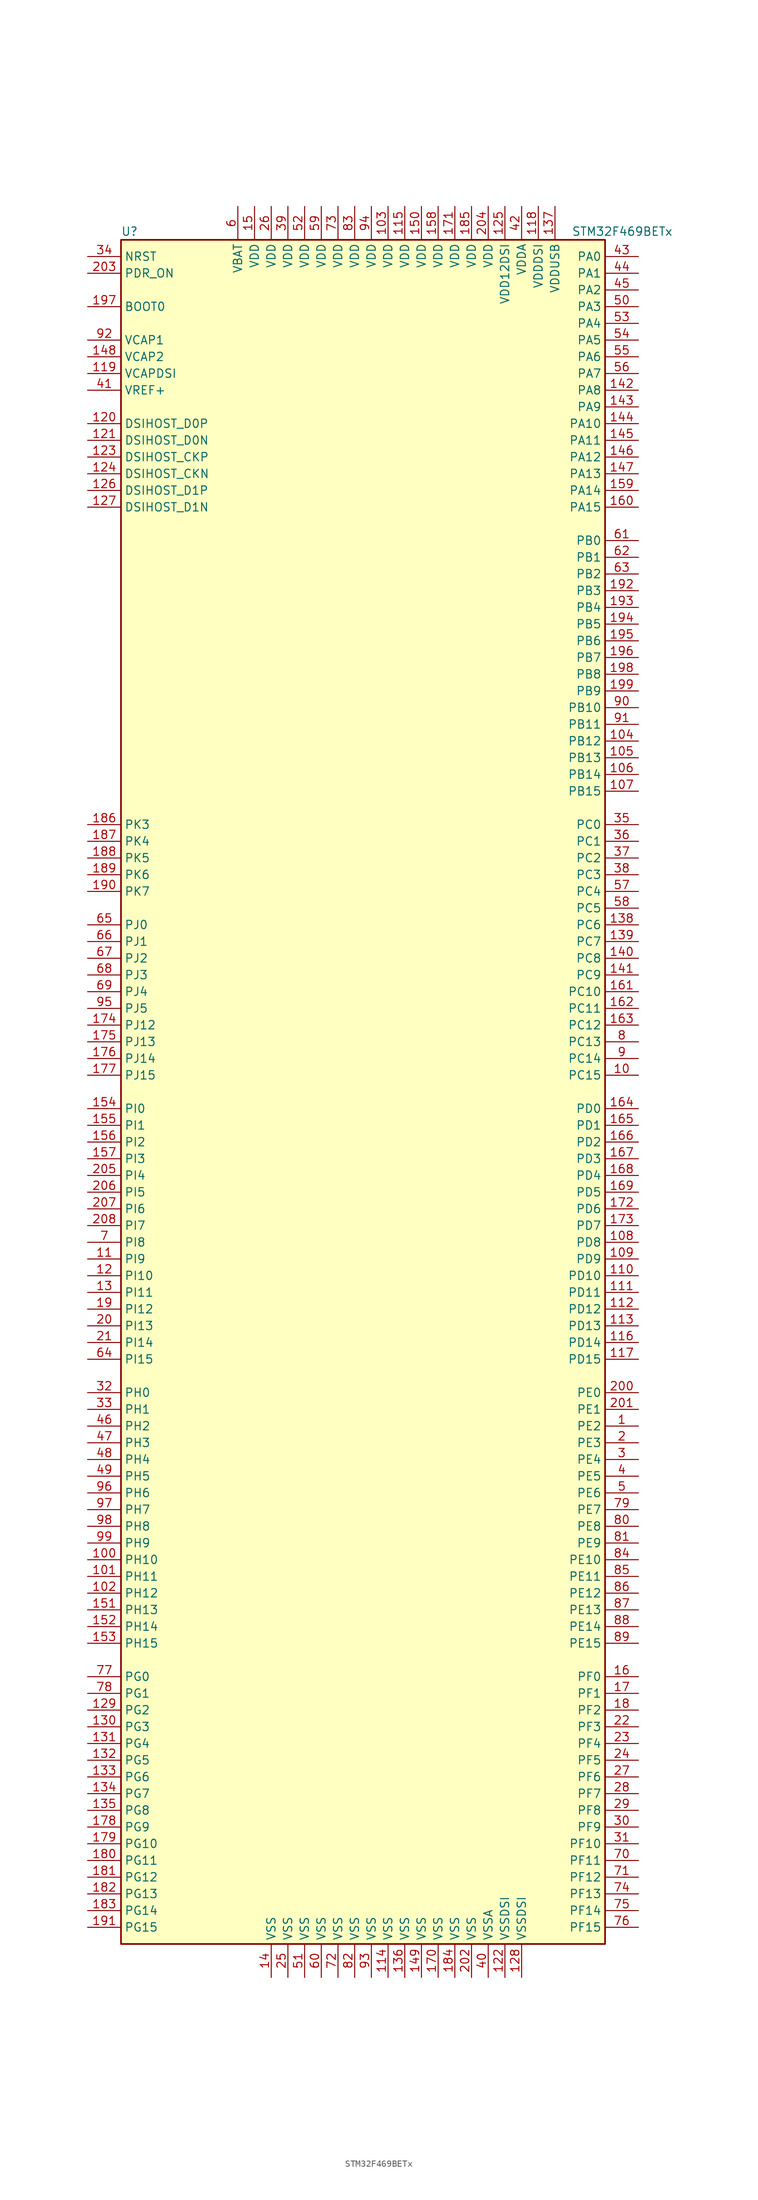
<source format=kicad_sym>
(kicad_symbol_lib
  (version 20201005)
  (generator kicad_symbol_editor)
  (symbol "MCU_ST_STM32F4:STM32F469BETx"
    (property "Reference" "U"
      (at -38.1 130.81 0)
      (effects (font (size 1.27 1.27)) (justify left)))
    (property "Value" "STM32F469BETx"
      (at 30.48 130.81 0)
      (effects (font (size 1.27 1.27)) (justify left)))
    (symbol "STM32F469BETx_0_1"
      (rectangle (start -38.1 -129.54) (end 35.56 129.54) (stroke (width 0.254)) (fill (type background))))
    (symbol "STM32F469BETx_1_1"
      (pin input line (at -43.18 119.38 0) (length 5.08) (name "BOOT0" (effects (font (size 1.27 1.27)))) (number "197" (effects (font (size 1.27 1.27)))))
      (pin bidirectional line (at -43.18 93.98 0) (length 5.08) (name "DSIHOST_CKN" (effects (font (size 1.27 1.27)))) (number "124" (effects (font (size 1.27 1.27)))))
      (pin bidirectional line (at -43.18 96.52 0) (length 5.08) (name "DSIHOST_CKP" (effects (font (size 1.27 1.27)))) (number "123" (effects (font (size 1.27 1.27)))))
      (pin bidirectional line (at -43.18 99.06 0) (length 5.08) (name "DSIHOST_D0N" (effects (font (size 1.27 1.27)))) (number "121" (effects (font (size 1.27 1.27)))))
      (pin bidirectional line (at -43.18 101.6 0) (length 5.08) (name "DSIHOST_D0P" (effects (font (size 1.27 1.27)))) (number "120" (effects (font (size 1.27 1.27)))))
      (pin bidirectional line (at -43.18 88.9 0) (length 5.08) (name "DSIHOST_D1N" (effects (font (size 1.27 1.27)))) (number "127" (effects (font (size 1.27 1.27)))))
      (pin bidirectional line (at -43.18 91.44 0) (length 5.08) (name "DSIHOST_D1P" (effects (font (size 1.27 1.27)))) (number "126" (effects (font (size 1.27 1.27)))))
      (pin input line (at -43.18 127 0) (length 5.08) (name "NRST" (effects (font (size 1.27 1.27)))) (number "34" (effects (font (size 1.27 1.27)))))
      (pin bidirectional line (at 40.64 127 180) (length 5.08) (name "PA0" (effects (font (size 1.27 1.27)))) (number "43" (effects (font (size 1.27 1.27)))))
      (pin bidirectional line (at 40.64 124.46 180) (length 5.08) (name "PA1" (effects (font (size 1.27 1.27)))) (number "44" (effects (font (size 1.27 1.27)))))
      (pin bidirectional line (at 40.64 101.6 180) (length 5.08) (name "PA10" (effects (font (size 1.27 1.27)))) (number "144" (effects (font (size 1.27 1.27)))))
      (pin bidirectional line (at 40.64 99.06 180) (length 5.08) (name "PA11" (effects (font (size 1.27 1.27)))) (number "145" (effects (font (size 1.27 1.27)))))
      (pin bidirectional line (at 40.64 96.52 180) (length 5.08) (name "PA12" (effects (font (size 1.27 1.27)))) (number "146" (effects (font (size 1.27 1.27)))))
      (pin bidirectional line (at 40.64 93.98 180) (length 5.08) (name "PA13" (effects (font (size 1.27 1.27)))) (number "147" (effects (font (size 1.27 1.27)))))
      (pin bidirectional line (at 40.64 91.44 180) (length 5.08) (name "PA14" (effects (font (size 1.27 1.27)))) (number "159" (effects (font (size 1.27 1.27)))))
      (pin bidirectional line (at 40.64 88.9 180) (length 5.08) (name "PA15" (effects (font (size 1.27 1.27)))) (number "160" (effects (font (size 1.27 1.27)))))
      (pin bidirectional line (at 40.64 121.92 180) (length 5.08) (name "PA2" (effects (font (size 1.27 1.27)))) (number "45" (effects (font (size 1.27 1.27)))))
      (pin bidirectional line (at 40.64 119.38 180) (length 5.08) (name "PA3" (effects (font (size 1.27 1.27)))) (number "50" (effects (font (size 1.27 1.27)))))
      (pin bidirectional line (at 40.64 116.84 180) (length 5.08) (name "PA4" (effects (font (size 1.27 1.27)))) (number "53" (effects (font (size 1.27 1.27)))))
      (pin bidirectional line (at 40.64 114.3 180) (length 5.08) (name "PA5" (effects (font (size 1.27 1.27)))) (number "54" (effects (font (size 1.27 1.27)))))
      (pin bidirectional line (at 40.64 111.76 180) (length 5.08) (name "PA6" (effects (font (size 1.27 1.27)))) (number "55" (effects (font (size 1.27 1.27)))))
      (pin bidirectional line (at 40.64 109.22 180) (length 5.08) (name "PA7" (effects (font (size 1.27 1.27)))) (number "56" (effects (font (size 1.27 1.27)))))
      (pin bidirectional line (at 40.64 106.68 180) (length 5.08) (name "PA8" (effects (font (size 1.27 1.27)))) (number "142" (effects (font (size 1.27 1.27)))))
      (pin bidirectional line (at 40.64 104.14 180) (length 5.08) (name "PA9" (effects (font (size 1.27 1.27)))) (number "143" (effects (font (size 1.27 1.27)))))
      (pin bidirectional line (at 40.64 83.82 180) (length 5.08) (name "PB0" (effects (font (size 1.27 1.27)))) (number "61" (effects (font (size 1.27 1.27)))))
      (pin bidirectional line (at 40.64 81.28 180) (length 5.08) (name "PB1" (effects (font (size 1.27 1.27)))) (number "62" (effects (font (size 1.27 1.27)))))
      (pin bidirectional line (at 40.64 58.42 180) (length 5.08) (name "PB10" (effects (font (size 1.27 1.27)))) (number "90" (effects (font (size 1.27 1.27)))))
      (pin bidirectional line (at 40.64 55.88 180) (length 5.08) (name "PB11" (effects (font (size 1.27 1.27)))) (number "91" (effects (font (size 1.27 1.27)))))
      (pin bidirectional line (at 40.64 53.34 180) (length 5.08) (name "PB12" (effects (font (size 1.27 1.27)))) (number "104" (effects (font (size 1.27 1.27)))))
      (pin bidirectional line (at 40.64 50.8 180) (length 5.08) (name "PB13" (effects (font (size 1.27 1.27)))) (number "105" (effects (font (size 1.27 1.27)))))
      (pin bidirectional line (at 40.64 48.26 180) (length 5.08) (name "PB14" (effects (font (size 1.27 1.27)))) (number "106" (effects (font (size 1.27 1.27)))))
      (pin bidirectional line (at 40.64 45.72 180) (length 5.08) (name "PB15" (effects (font (size 1.27 1.27)))) (number "107" (effects (font (size 1.27 1.27)))))
      (pin bidirectional line (at 40.64 78.74 180) (length 5.08) (name "PB2" (effects (font (size 1.27 1.27)))) (number "63" (effects (font (size 1.27 1.27)))))
      (pin bidirectional line (at 40.64 76.2 180) (length 5.08) (name "PB3" (effects (font (size 1.27 1.27)))) (number "192" (effects (font (size 1.27 1.27)))))
      (pin bidirectional line (at 40.64 73.66 180) (length 5.08) (name "PB4" (effects (font (size 1.27 1.27)))) (number "193" (effects (font (size 1.27 1.27)))))
      (pin bidirectional line (at 40.64 71.12 180) (length 5.08) (name "PB5" (effects (font (size 1.27 1.27)))) (number "194" (effects (font (size 1.27 1.27)))))
      (pin bidirectional line (at 40.64 68.58 180) (length 5.08) (name "PB6" (effects (font (size 1.27 1.27)))) (number "195" (effects (font (size 1.27 1.27)))))
      (pin bidirectional line (at 40.64 66.04 180) (length 5.08) (name "PB7" (effects (font (size 1.27 1.27)))) (number "196" (effects (font (size 1.27 1.27)))))
      (pin bidirectional line (at 40.64 63.5 180) (length 5.08) (name "PB8" (effects (font (size 1.27 1.27)))) (number "198" (effects (font (size 1.27 1.27)))))
      (pin bidirectional line (at 40.64 60.96 180) (length 5.08) (name "PB9" (effects (font (size 1.27 1.27)))) (number "199" (effects (font (size 1.27 1.27)))))
      (pin bidirectional line (at 40.64 40.64 180) (length 5.08) (name "PC0" (effects (font (size 1.27 1.27)))) (number "35" (effects (font (size 1.27 1.27)))))
      (pin bidirectional line (at 40.64 38.1 180) (length 5.08) (name "PC1" (effects (font (size 1.27 1.27)))) (number "36" (effects (font (size 1.27 1.27)))))
      (pin bidirectional line (at 40.64 15.24 180) (length 5.08) (name "PC10" (effects (font (size 1.27 1.27)))) (number "161" (effects (font (size 1.27 1.27)))))
      (pin bidirectional line (at 40.64 12.7 180) (length 5.08) (name "PC11" (effects (font (size 1.27 1.27)))) (number "162" (effects (font (size 1.27 1.27)))))
      (pin bidirectional line (at 40.64 10.16 180) (length 5.08) (name "PC12" (effects (font (size 1.27 1.27)))) (number "163" (effects (font (size 1.27 1.27)))))
      (pin bidirectional line (at 40.64 7.62 180) (length 5.08) (name "PC13" (effects (font (size 1.27 1.27)))) (number "8" (effects (font (size 1.27 1.27)))))
      (pin bidirectional line (at 40.64 5.08 180) (length 5.08) (name "PC14" (effects (font (size 1.27 1.27)))) (number "9" (effects (font (size 1.27 1.27)))))
      (pin bidirectional line (at 40.64 2.54 180) (length 5.08) (name "PC15" (effects (font (size 1.27 1.27)))) (number "10" (effects (font (size 1.27 1.27)))))
      (pin bidirectional line (at 40.64 35.56 180) (length 5.08) (name "PC2" (effects (font (size 1.27 1.27)))) (number "37" (effects (font (size 1.27 1.27)))))
      (pin bidirectional line (at 40.64 33.02 180) (length 5.08) (name "PC3" (effects (font (size 1.27 1.27)))) (number "38" (effects (font (size 1.27 1.27)))))
      (pin bidirectional line (at 40.64 30.48 180) (length 5.08) (name "PC4" (effects (font (size 1.27 1.27)))) (number "57" (effects (font (size 1.27 1.27)))))
      (pin bidirectional line (at 40.64 27.94 180) (length 5.08) (name "PC5" (effects (font (size 1.27 1.27)))) (number "58" (effects (font (size 1.27 1.27)))))
      (pin bidirectional line (at 40.64 25.4 180) (length 5.08) (name "PC6" (effects (font (size 1.27 1.27)))) (number "138" (effects (font (size 1.27 1.27)))))
      (pin bidirectional line (at 40.64 22.86 180) (length 5.08) (name "PC7" (effects (font (size 1.27 1.27)))) (number "139" (effects (font (size 1.27 1.27)))))
      (pin bidirectional line (at 40.64 20.32 180) (length 5.08) (name "PC8" (effects (font (size 1.27 1.27)))) (number "140" (effects (font (size 1.27 1.27)))))
      (pin bidirectional line (at 40.64 17.78 180) (length 5.08) (name "PC9" (effects (font (size 1.27 1.27)))) (number "141" (effects (font (size 1.27 1.27)))))
      (pin bidirectional line (at 40.64 -2.54 180) (length 5.08) (name "PD0" (effects (font (size 1.27 1.27)))) (number "164" (effects (font (size 1.27 1.27)))))
      (pin bidirectional line (at 40.64 -5.08 180) (length 5.08) (name "PD1" (effects (font (size 1.27 1.27)))) (number "165" (effects (font (size 1.27 1.27)))))
      (pin bidirectional line (at 40.64 -27.94 180) (length 5.08) (name "PD10" (effects (font (size 1.27 1.27)))) (number "110" (effects (font (size 1.27 1.27)))))
      (pin bidirectional line (at 40.64 -30.48 180) (length 5.08) (name "PD11" (effects (font (size 1.27 1.27)))) (number "111" (effects (font (size 1.27 1.27)))))
      (pin bidirectional line (at 40.64 -33.02 180) (length 5.08) (name "PD12" (effects (font (size 1.27 1.27)))) (number "112" (effects (font (size 1.27 1.27)))))
      (pin bidirectional line (at 40.64 -35.56 180) (length 5.08) (name "PD13" (effects (font (size 1.27 1.27)))) (number "113" (effects (font (size 1.27 1.27)))))
      (pin bidirectional line (at 40.64 -38.1 180) (length 5.08) (name "PD14" (effects (font (size 1.27 1.27)))) (number "116" (effects (font (size 1.27 1.27)))))
      (pin bidirectional line (at 40.64 -40.64 180) (length 5.08) (name "PD15" (effects (font (size 1.27 1.27)))) (number "117" (effects (font (size 1.27 1.27)))))
      (pin bidirectional line (at 40.64 -7.62 180) (length 5.08) (name "PD2" (effects (font (size 1.27 1.27)))) (number "166" (effects (font (size 1.27 1.27)))))
      (pin bidirectional line (at 40.64 -10.16 180) (length 5.08) (name "PD3" (effects (font (size 1.27 1.27)))) (number "167" (effects (font (size 1.27 1.27)))))
      (pin bidirectional line (at 40.64 -12.7 180) (length 5.08) (name "PD4" (effects (font (size 1.27 1.27)))) (number "168" (effects (font (size 1.27 1.27)))))
      (pin bidirectional line (at 40.64 -15.24 180) (length 5.08) (name "PD5" (effects (font (size 1.27 1.27)))) (number "169" (effects (font (size 1.27 1.27)))))
      (pin bidirectional line (at 40.64 -17.78 180) (length 5.08) (name "PD6" (effects (font (size 1.27 1.27)))) (number "172" (effects (font (size 1.27 1.27)))))
      (pin bidirectional line (at 40.64 -20.32 180) (length 5.08) (name "PD7" (effects (font (size 1.27 1.27)))) (number "173" (effects (font (size 1.27 1.27)))))
      (pin bidirectional line (at 40.64 -22.86 180) (length 5.08) (name "PD8" (effects (font (size 1.27 1.27)))) (number "108" (effects (font (size 1.27 1.27)))))
      (pin bidirectional line (at 40.64 -25.4 180) (length 5.08) (name "PD9" (effects (font (size 1.27 1.27)))) (number "109" (effects (font (size 1.27 1.27)))))
      (pin input line (at -43.18 124.46 0) (length 5.08) (name "PDR_ON" (effects (font (size 1.27 1.27)))) (number "203" (effects (font (size 1.27 1.27)))))
      (pin bidirectional line (at 40.64 -45.72 180) (length 5.08) (name "PE0" (effects (font (size 1.27 1.27)))) (number "200" (effects (font (size 1.27 1.27)))))
      (pin bidirectional line (at 40.64 -48.26 180) (length 5.08) (name "PE1" (effects (font (size 1.27 1.27)))) (number "201" (effects (font (size 1.27 1.27)))))
      (pin bidirectional line (at 40.64 -71.12 180) (length 5.08) (name "PE10" (effects (font (size 1.27 1.27)))) (number "84" (effects (font (size 1.27 1.27)))))
      (pin bidirectional line (at 40.64 -73.66 180) (length 5.08) (name "PE11" (effects (font (size 1.27 1.27)))) (number "85" (effects (font (size 1.27 1.27)))))
      (pin bidirectional line (at 40.64 -76.2 180) (length 5.08) (name "PE12" (effects (font (size 1.27 1.27)))) (number "86" (effects (font (size 1.27 1.27)))))
      (pin bidirectional line (at 40.64 -78.74 180) (length 5.08) (name "PE13" (effects (font (size 1.27 1.27)))) (number "87" (effects (font (size 1.27 1.27)))))
      (pin bidirectional line (at 40.64 -81.28 180) (length 5.08) (name "PE14" (effects (font (size 1.27 1.27)))) (number "88" (effects (font (size 1.27 1.27)))))
      (pin bidirectional line (at 40.64 -83.82 180) (length 5.08) (name "PE15" (effects (font (size 1.27 1.27)))) (number "89" (effects (font (size 1.27 1.27)))))
      (pin bidirectional line (at 40.64 -50.8 180) (length 5.08) (name "PE2" (effects (font (size 1.27 1.27)))) (number "1" (effects (font (size 1.27 1.27)))))
      (pin bidirectional line (at 40.64 -53.34 180) (length 5.08) (name "PE3" (effects (font (size 1.27 1.27)))) (number "2" (effects (font (size 1.27 1.27)))))
      (pin bidirectional line (at 40.64 -55.88 180) (length 5.08) (name "PE4" (effects (font (size 1.27 1.27)))) (number "3" (effects (font (size 1.27 1.27)))))
      (pin bidirectional line (at 40.64 -58.42 180) (length 5.08) (name "PE5" (effects (font (size 1.27 1.27)))) (number "4" (effects (font (size 1.27 1.27)))))
      (pin bidirectional line (at 40.64 -60.96 180) (length 5.08) (name "PE6" (effects (font (size 1.27 1.27)))) (number "5" (effects (font (size 1.27 1.27)))))
      (pin bidirectional line (at 40.64 -63.5 180) (length 5.08) (name "PE7" (effects (font (size 1.27 1.27)))) (number "79" (effects (font (size 1.27 1.27)))))
      (pin bidirectional line (at 40.64 -66.04 180) (length 5.08) (name "PE8" (effects (font (size 1.27 1.27)))) (number "80" (effects (font (size 1.27 1.27)))))
      (pin bidirectional line (at 40.64 -68.58 180) (length 5.08) (name "PE9" (effects (font (size 1.27 1.27)))) (number "81" (effects (font (size 1.27 1.27)))))
      (pin bidirectional line (at 40.64 -88.9 180) (length 5.08) (name "PF0" (effects (font (size 1.27 1.27)))) (number "16" (effects (font (size 1.27 1.27)))))
      (pin bidirectional line (at 40.64 -91.44 180) (length 5.08) (name "PF1" (effects (font (size 1.27 1.27)))) (number "17" (effects (font (size 1.27 1.27)))))
      (pin bidirectional line (at 40.64 -114.3 180) (length 5.08) (name "PF10" (effects (font (size 1.27 1.27)))) (number "31" (effects (font (size 1.27 1.27)))))
      (pin bidirectional line (at 40.64 -116.84 180) (length 5.08) (name "PF11" (effects (font (size 1.27 1.27)))) (number "70" (effects (font (size 1.27 1.27)))))
      (pin bidirectional line (at 40.64 -119.38 180) (length 5.08) (name "PF12" (effects (font (size 1.27 1.27)))) (number "71" (effects (font (size 1.27 1.27)))))
      (pin bidirectional line (at 40.64 -121.92 180) (length 5.08) (name "PF13" (effects (font (size 1.27 1.27)))) (number "74" (effects (font (size 1.27 1.27)))))
      (pin bidirectional line (at 40.64 -124.46 180) (length 5.08) (name "PF14" (effects (font (size 1.27 1.27)))) (number "75" (effects (font (size 1.27 1.27)))))
      (pin bidirectional line (at 40.64 -127 180) (length 5.08) (name "PF15" (effects (font (size 1.27 1.27)))) (number "76" (effects (font (size 1.27 1.27)))))
      (pin bidirectional line (at 40.64 -93.98 180) (length 5.08) (name "PF2" (effects (font (size 1.27 1.27)))) (number "18" (effects (font (size 1.27 1.27)))))
      (pin bidirectional line (at 40.64 -96.52 180) (length 5.08) (name "PF3" (effects (font (size 1.27 1.27)))) (number "22" (effects (font (size 1.27 1.27)))))
      (pin bidirectional line (at 40.64 -99.06 180) (length 5.08) (name "PF4" (effects (font (size 1.27 1.27)))) (number "23" (effects (font (size 1.27 1.27)))))
      (pin bidirectional line (at 40.64 -101.6 180) (length 5.08) (name "PF5" (effects (font (size 1.27 1.27)))) (number "24" (effects (font (size 1.27 1.27)))))
      (pin bidirectional line (at 40.64 -104.14 180) (length 5.08) (name "PF6" (effects (font (size 1.27 1.27)))) (number "27" (effects (font (size 1.27 1.27)))))
      (pin bidirectional line (at 40.64 -106.68 180) (length 5.08) (name "PF7" (effects (font (size 1.27 1.27)))) (number "28" (effects (font (size 1.27 1.27)))))
      (pin bidirectional line (at 40.64 -109.22 180) (length 5.08) (name "PF8" (effects (font (size 1.27 1.27)))) (number "29" (effects (font (size 1.27 1.27)))))
      (pin bidirectional line (at 40.64 -111.76 180) (length 5.08) (name "PF9" (effects (font (size 1.27 1.27)))) (number "30" (effects (font (size 1.27 1.27)))))
      (pin bidirectional line (at -43.18 -88.9 0) (length 5.08) (name "PG0" (effects (font (size 1.27 1.27)))) (number "77" (effects (font (size 1.27 1.27)))))
      (pin bidirectional line (at -43.18 -91.44 0) (length 5.08) (name "PG1" (effects (font (size 1.27 1.27)))) (number "78" (effects (font (size 1.27 1.27)))))
      (pin bidirectional line (at -43.18 -114.3 0) (length 5.08) (name "PG10" (effects (font (size 1.27 1.27)))) (number "179" (effects (font (size 1.27 1.27)))))
      (pin bidirectional line (at -43.18 -116.84 0) (length 5.08) (name "PG11" (effects (font (size 1.27 1.27)))) (number "180" (effects (font (size 1.27 1.27)))))
      (pin bidirectional line (at -43.18 -119.38 0) (length 5.08) (name "PG12" (effects (font (size 1.27 1.27)))) (number "181" (effects (font (size 1.27 1.27)))))
      (pin bidirectional line (at -43.18 -121.92 0) (length 5.08) (name "PG13" (effects (font (size 1.27 1.27)))) (number "182" (effects (font (size 1.27 1.27)))))
      (pin bidirectional line (at -43.18 -124.46 0) (length 5.08) (name "PG14" (effects (font (size 1.27 1.27)))) (number "183" (effects (font (size 1.27 1.27)))))
      (pin bidirectional line (at -43.18 -127 0) (length 5.08) (name "PG15" (effects (font (size 1.27 1.27)))) (number "191" (effects (font (size 1.27 1.27)))))
      (pin bidirectional line (at -43.18 -93.98 0) (length 5.08) (name "PG2" (effects (font (size 1.27 1.27)))) (number "129" (effects (font (size 1.27 1.27)))))
      (pin bidirectional line (at -43.18 -96.52 0) (length 5.08) (name "PG3" (effects (font (size 1.27 1.27)))) (number "130" (effects (font (size 1.27 1.27)))))
      (pin bidirectional line (at -43.18 -99.06 0) (length 5.08) (name "PG4" (effects (font (size 1.27 1.27)))) (number "131" (effects (font (size 1.27 1.27)))))
      (pin bidirectional line (at -43.18 -101.6 0) (length 5.08) (name "PG5" (effects (font (size 1.27 1.27)))) (number "132" (effects (font (size 1.27 1.27)))))
      (pin bidirectional line (at -43.18 -104.14 0) (length 5.08) (name "PG6" (effects (font (size 1.27 1.27)))) (number "133" (effects (font (size 1.27 1.27)))))
      (pin bidirectional line (at -43.18 -106.68 0) (length 5.08) (name "PG7" (effects (font (size 1.27 1.27)))) (number "134" (effects (font (size 1.27 1.27)))))
      (pin bidirectional line (at -43.18 -109.22 0) (length 5.08) (name "PG8" (effects (font (size 1.27 1.27)))) (number "135" (effects (font (size 1.27 1.27)))))
      (pin bidirectional line (at -43.18 -111.76 0) (length 5.08) (name "PG9" (effects (font (size 1.27 1.27)))) (number "178" (effects (font (size 1.27 1.27)))))
      (pin input line (at -43.18 -45.72 0) (length 5.08) (name "PH0" (effects (font (size 1.27 1.27)))) (number "32" (effects (font (size 1.27 1.27)))))
      (pin input line (at -43.18 -48.26 0) (length 5.08) (name "PH1" (effects (font (size 1.27 1.27)))) (number "33" (effects (font (size 1.27 1.27)))))
      (pin bidirectional line (at -43.18 -71.12 0) (length 5.08) (name "PH10" (effects (font (size 1.27 1.27)))) (number "100" (effects (font (size 1.27 1.27)))))
      (pin bidirectional line (at -43.18 -73.66 0) (length 5.08) (name "PH11" (effects (font (size 1.27 1.27)))) (number "101" (effects (font (size 1.27 1.27)))))
      (pin bidirectional line (at -43.18 -76.2 0) (length 5.08) (name "PH12" (effects (font (size 1.27 1.27)))) (number "102" (effects (font (size 1.27 1.27)))))
      (pin bidirectional line (at -43.18 -78.74 0) (length 5.08) (name "PH13" (effects (font (size 1.27 1.27)))) (number "151" (effects (font (size 1.27 1.27)))))
      (pin bidirectional line (at -43.18 -81.28 0) (length 5.08) (name "PH14" (effects (font (size 1.27 1.27)))) (number "152" (effects (font (size 1.27 1.27)))))
      (pin bidirectional line (at -43.18 -83.82 0) (length 5.08) (name "PH15" (effects (font (size 1.27 1.27)))) (number "153" (effects (font (size 1.27 1.27)))))
      (pin bidirectional line (at -43.18 -50.8 0) (length 5.08) (name "PH2" (effects (font (size 1.27 1.27)))) (number "46" (effects (font (size 1.27 1.27)))))
      (pin bidirectional line (at -43.18 -53.34 0) (length 5.08) (name "PH3" (effects (font (size 1.27 1.27)))) (number "47" (effects (font (size 1.27 1.27)))))
      (pin bidirectional line (at -43.18 -55.88 0) (length 5.08) (name "PH4" (effects (font (size 1.27 1.27)))) (number "48" (effects (font (size 1.27 1.27)))))
      (pin bidirectional line (at -43.18 -58.42 0) (length 5.08) (name "PH5" (effects (font (size 1.27 1.27)))) (number "49" (effects (font (size 1.27 1.27)))))
      (pin bidirectional line (at -43.18 -60.96 0) (length 5.08) (name "PH6" (effects (font (size 1.27 1.27)))) (number "96" (effects (font (size 1.27 1.27)))))
      (pin bidirectional line (at -43.18 -63.5 0) (length 5.08) (name "PH7" (effects (font (size 1.27 1.27)))) (number "97" (effects (font (size 1.27 1.27)))))
      (pin bidirectional line (at -43.18 -66.04 0) (length 5.08) (name "PH8" (effects (font (size 1.27 1.27)))) (number "98" (effects (font (size 1.27 1.27)))))
      (pin bidirectional line (at -43.18 -68.58 0) (length 5.08) (name "PH9" (effects (font (size 1.27 1.27)))) (number "99" (effects (font (size 1.27 1.27)))))
      (pin bidirectional line (at -43.18 -2.54 0) (length 5.08) (name "PI0" (effects (font (size 1.27 1.27)))) (number "154" (effects (font (size 1.27 1.27)))))
      (pin bidirectional line (at -43.18 -5.08 0) (length 5.08) (name "PI1" (effects (font (size 1.27 1.27)))) (number "155" (effects (font (size 1.27 1.27)))))
      (pin bidirectional line (at -43.18 -27.94 0) (length 5.08) (name "PI10" (effects (font (size 1.27 1.27)))) (number "12" (effects (font (size 1.27 1.27)))))
      (pin bidirectional line (at -43.18 -30.48 0) (length 5.08) (name "PI11" (effects (font (size 1.27 1.27)))) (number "13" (effects (font (size 1.27 1.27)))))
      (pin bidirectional line (at -43.18 -33.02 0) (length 5.08) (name "PI12" (effects (font (size 1.27 1.27)))) (number "19" (effects (font (size 1.27 1.27)))))
      (pin bidirectional line (at -43.18 -35.56 0) (length 5.08) (name "PI13" (effects (font (size 1.27 1.27)))) (number "20" (effects (font (size 1.27 1.27)))))
      (pin bidirectional line (at -43.18 -38.1 0) (length 5.08) (name "PI14" (effects (font (size 1.27 1.27)))) (number "21" (effects (font (size 1.27 1.27)))))
      (pin bidirectional line (at -43.18 -40.64 0) (length 5.08) (name "PI15" (effects (font (size 1.27 1.27)))) (number "64" (effects (font (size 1.27 1.27)))))
      (pin bidirectional line (at -43.18 -7.62 0) (length 5.08) (name "PI2" (effects (font (size 1.27 1.27)))) (number "156" (effects (font (size 1.27 1.27)))))
      (pin bidirectional line (at -43.18 -10.16 0) (length 5.08) (name "PI3" (effects (font (size 1.27 1.27)))) (number "157" (effects (font (size 1.27 1.27)))))
      (pin bidirectional line (at -43.18 -12.7 0) (length 5.08) (name "PI4" (effects (font (size 1.27 1.27)))) (number "205" (effects (font (size 1.27 1.27)))))
      (pin bidirectional line (at -43.18 -15.24 0) (length 5.08) (name "PI5" (effects (font (size 1.27 1.27)))) (number "206" (effects (font (size 1.27 1.27)))))
      (pin bidirectional line (at -43.18 -17.78 0) (length 5.08) (name "PI6" (effects (font (size 1.27 1.27)))) (number "207" (effects (font (size 1.27 1.27)))))
      (pin bidirectional line (at -43.18 -20.32 0) (length 5.08) (name "PI7" (effects (font (size 1.27 1.27)))) (number "208" (effects (font (size 1.27 1.27)))))
      (pin bidirectional line (at -43.18 -22.86 0) (length 5.08) (name "PI8" (effects (font (size 1.27 1.27)))) (number "7" (effects (font (size 1.27 1.27)))))
      (pin bidirectional line (at -43.18 -25.4 0) (length 5.08) (name "PI9" (effects (font (size 1.27 1.27)))) (number "11" (effects (font (size 1.27 1.27)))))
      (pin bidirectional line (at -43.18 25.4 0) (length 5.08) (name "PJ0" (effects (font (size 1.27 1.27)))) (number "65" (effects (font (size 1.27 1.27)))))
      (pin bidirectional line (at -43.18 22.86 0) (length 5.08) (name "PJ1" (effects (font (size 1.27 1.27)))) (number "66" (effects (font (size 1.27 1.27)))))
      (pin bidirectional line (at -43.18 10.16 0) (length 5.08) (name "PJ12" (effects (font (size 1.27 1.27)))) (number "174" (effects (font (size 1.27 1.27)))))
      (pin bidirectional line (at -43.18 7.62 0) (length 5.08) (name "PJ13" (effects (font (size 1.27 1.27)))) (number "175" (effects (font (size 1.27 1.27)))))
      (pin bidirectional line (at -43.18 5.08 0) (length 5.08) (name "PJ14" (effects (font (size 1.27 1.27)))) (number "176" (effects (font (size 1.27 1.27)))))
      (pin bidirectional line (at -43.18 2.54 0) (length 5.08) (name "PJ15" (effects (font (size 1.27 1.27)))) (number "177" (effects (font (size 1.27 1.27)))))
      (pin bidirectional line (at -43.18 20.32 0) (length 5.08) (name "PJ2" (effects (font (size 1.27 1.27)))) (number "67" (effects (font (size 1.27 1.27)))))
      (pin bidirectional line (at -43.18 17.78 0) (length 5.08) (name "PJ3" (effects (font (size 1.27 1.27)))) (number "68" (effects (font (size 1.27 1.27)))))
      (pin bidirectional line (at -43.18 15.24 0) (length 5.08) (name "PJ4" (effects (font (size 1.27 1.27)))) (number "69" (effects (font (size 1.27 1.27)))))
      (pin bidirectional line (at -43.18 12.7 0) (length 5.08) (name "PJ5" (effects (font (size 1.27 1.27)))) (number "95" (effects (font (size 1.27 1.27)))))
      (pin bidirectional line (at -43.18 40.64 0) (length 5.08) (name "PK3" (effects (font (size 1.27 1.27)))) (number "186" (effects (font (size 1.27 1.27)))))
      (pin bidirectional line (at -43.18 38.1 0) (length 5.08) (name "PK4" (effects (font (size 1.27 1.27)))) (number "187" (effects (font (size 1.27 1.27)))))
      (pin bidirectional line (at -43.18 35.56 0) (length 5.08) (name "PK5" (effects (font (size 1.27 1.27)))) (number "188" (effects (font (size 1.27 1.27)))))
      (pin bidirectional line (at -43.18 33.02 0) (length 5.08) (name "PK6" (effects (font (size 1.27 1.27)))) (number "189" (effects (font (size 1.27 1.27)))))
      (pin bidirectional line (at -43.18 30.48 0) (length 5.08) (name "PK7" (effects (font (size 1.27 1.27)))) (number "190" (effects (font (size 1.27 1.27)))))
      (pin power_in line (at -20.32 134.62 270) (length 5.08) (name "VBAT" (effects (font (size 1.27 1.27)))) (number "6" (effects (font (size 1.27 1.27)))))
      (pin power_in line (at -43.18 114.3 0) (length 5.08) (name "VCAP1" (effects (font (size 1.27 1.27)))) (number "92" (effects (font (size 1.27 1.27)))))
      (pin power_in line (at -43.18 111.76 0) (length 5.08) (name "VCAP2" (effects (font (size 1.27 1.27)))) (number "148" (effects (font (size 1.27 1.27)))))
      (pin power_in line (at -43.18 109.22 0) (length 5.08) (name "VCAPDSI" (effects (font (size 1.27 1.27)))) (number "119" (effects (font (size 1.27 1.27)))))
      (pin power_in line (at 2.54 134.62 270) (length 5.08) (name "VDD" (effects (font (size 1.27 1.27)))) (number "103" (effects (font (size 1.27 1.27)))))
      (pin power_in line (at 5.08 134.62 270) (length 5.08) (name "VDD" (effects (font (size 1.27 1.27)))) (number "115" (effects (font (size 1.27 1.27)))))
      (pin power_in line (at -17.78 134.62 270) (length 5.08) (name "VDD" (effects (font (size 1.27 1.27)))) (number "15" (effects (font (size 1.27 1.27)))))
      (pin power_in line (at 7.62 134.62 270) (length 5.08) (name "VDD" (effects (font (size 1.27 1.27)))) (number "150" (effects (font (size 1.27 1.27)))))
      (pin power_in line (at 10.16 134.62 270) (length 5.08) (name "VDD" (effects (font (size 1.27 1.27)))) (number "158" (effects (font (size 1.27 1.27)))))
      (pin power_in line (at 12.7 134.62 270) (length 5.08) (name "VDD" (effects (font (size 1.27 1.27)))) (number "171" (effects (font (size 1.27 1.27)))))
      (pin power_in line (at 15.24 134.62 270) (length 5.08) (name "VDD" (effects (font (size 1.27 1.27)))) (number "185" (effects (font (size 1.27 1.27)))))
      (pin power_in line (at 17.78 134.62 270) (length 5.08) (name "VDD" (effects (font (size 1.27 1.27)))) (number "204" (effects (font (size 1.27 1.27)))))
      (pin power_in line (at -15.24 134.62 270) (length 5.08) (name "VDD" (effects (font (size 1.27 1.27)))) (number "26" (effects (font (size 1.27 1.27)))))
      (pin power_in line (at -12.7 134.62 270) (length 5.08) (name "VDD" (effects (font (size 1.27 1.27)))) (number "39" (effects (font (size 1.27 1.27)))))
      (pin power_in line (at -10.16 134.62 270) (length 5.08) (name "VDD" (effects (font (size 1.27 1.27)))) (number "52" (effects (font (size 1.27 1.27)))))
      (pin power_in line (at -7.62 134.62 270) (length 5.08) (name "VDD" (effects (font (size 1.27 1.27)))) (number "59" (effects (font (size 1.27 1.27)))))
      (pin power_in line (at -5.08 134.62 270) (length 5.08) (name "VDD" (effects (font (size 1.27 1.27)))) (number "73" (effects (font (size 1.27 1.27)))))
      (pin power_in line (at -2.54 134.62 270) (length 5.08) (name "VDD" (effects (font (size 1.27 1.27)))) (number "83" (effects (font (size 1.27 1.27)))))
      (pin power_in line (at 0 134.62 270) (length 5.08) (name "VDD" (effects (font (size 1.27 1.27)))) (number "94" (effects (font (size 1.27 1.27)))))
      (pin power_in line (at 20.32 134.62 270) (length 5.08) (name "VDD12DSI" (effects (font (size 1.27 1.27)))) (number "125" (effects (font (size 1.27 1.27)))))
      (pin power_in line (at 22.86 134.62 270) (length 5.08) (name "VDDA" (effects (font (size 1.27 1.27)))) (number "42" (effects (font (size 1.27 1.27)))))
      (pin power_in line (at 25.4 134.62 270) (length 5.08) (name "VDDDSI" (effects (font (size 1.27 1.27)))) (number "118" (effects (font (size 1.27 1.27)))))
      (pin power_in line (at 27.94 134.62 270) (length 5.08) (name "VDDUSB" (effects (font (size 1.27 1.27)))) (number "137" (effects (font (size 1.27 1.27)))))
      (pin power_in line (at -43.18 106.68 0) (length 5.08) (name "VREF+" (effects (font (size 1.27 1.27)))) (number "41" (effects (font (size 1.27 1.27)))))
      (pin power_in line (at 2.54 -134.62 90) (length 5.08) (name "VSS" (effects (font (size 1.27 1.27)))) (number "114" (effects (font (size 1.27 1.27)))))
      (pin power_in line (at 5.08 -134.62 90) (length 5.08) (name "VSS" (effects (font (size 1.27 1.27)))) (number "136" (effects (font (size 1.27 1.27)))))
      (pin power_in line (at -15.24 -134.62 90) (length 5.08) (name "VSS" (effects (font (size 1.27 1.27)))) (number "14" (effects (font (size 1.27 1.27)))))
      (pin power_in line (at 7.62 -134.62 90) (length 5.08) (name "VSS" (effects (font (size 1.27 1.27)))) (number "149" (effects (font (size 1.27 1.27)))))
      (pin power_in line (at 10.16 -134.62 90) (length 5.08) (name "VSS" (effects (font (size 1.27 1.27)))) (number "170" (effects (font (size 1.27 1.27)))))
      (pin power_in line (at 12.7 -134.62 90) (length 5.08) (name "VSS" (effects (font (size 1.27 1.27)))) (number "184" (effects (font (size 1.27 1.27)))))
      (pin power_in line (at 15.24 -134.62 90) (length 5.08) (name "VSS" (effects (font (size 1.27 1.27)))) (number "202" (effects (font (size 1.27 1.27)))))
      (pin power_in line (at -12.7 -134.62 90) (length 5.08) (name "VSS" (effects (font (size 1.27 1.27)))) (number "25" (effects (font (size 1.27 1.27)))))
      (pin power_in line (at -10.16 -134.62 90) (length 5.08) (name "VSS" (effects (font (size 1.27 1.27)))) (number "51" (effects (font (size 1.27 1.27)))))
      (pin power_in line (at -7.62 -134.62 90) (length 5.08) (name "VSS" (effects (font (size 1.27 1.27)))) (number "60" (effects (font (size 1.27 1.27)))))
      (pin power_in line (at -5.08 -134.62 90) (length 5.08) (name "VSS" (effects (font (size 1.27 1.27)))) (number "72" (effects (font (size 1.27 1.27)))))
      (pin power_in line (at -2.54 -134.62 90) (length 5.08) (name "VSS" (effects (font (size 1.27 1.27)))) (number "82" (effects (font (size 1.27 1.27)))))
      (pin power_in line (at 0 -134.62 90) (length 5.08) (name "VSS" (effects (font (size 1.27 1.27)))) (number "93" (effects (font (size 1.27 1.27)))))
      (pin power_in line (at 17.78 -134.62 90) (length 5.08) (name "VSSA" (effects (font (size 1.27 1.27)))) (number "40" (effects (font (size 1.27 1.27)))))
      (pin power_in line (at 20.32 -134.62 90) (length 5.08) (name "VSSDSI" (effects (font (size 1.27 1.27)))) (number "122" (effects (font (size 1.27 1.27)))))
      (pin power_in line (at 22.86 -134.62 90) (length 5.08) (name "VSSDSI" (effects (font (size 1.27 1.27)))) (number "128" (effects (font (size 1.27 1.27))))))))
</source>
